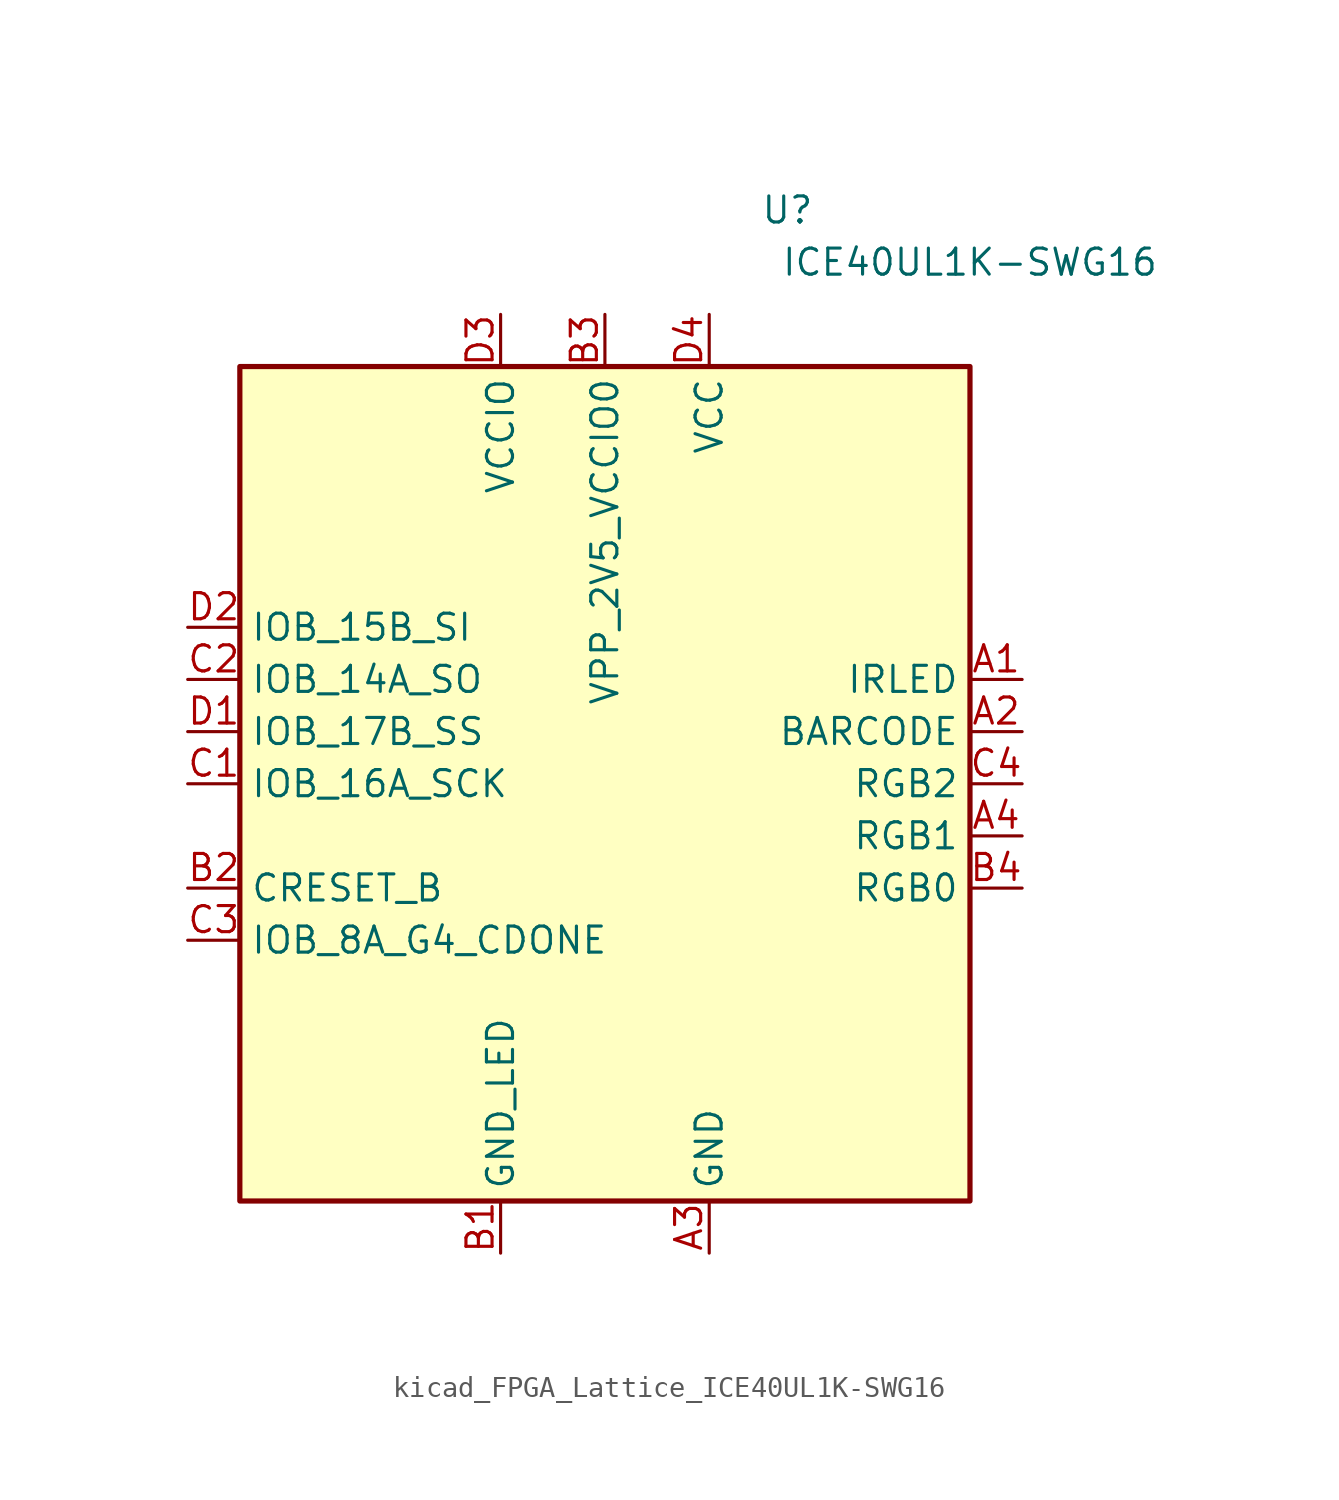
<source format=kicad_sym>
(kicad_symbol_lib
  (version 20220914)
  (generator kicad_symbol_editor)
  (symbol "kicad_FPGA_Lattice_ICE40UL1K-SWG16"
    (property "Reference" "U"
      (at 8.89 27.94 0)
      (effects (font (size 1.27 1.27))))
    (property "Value" "ICE40UL1K-SWG16"
      (at 17.78 25.4 0)
      (effects (font (size 1.27 1.27))))
    (symbol "kicad_FPGA_Lattice_ICE40UL1K-SWG16_0_1"
      (rectangle (start -17.78 20.32) (end 17.78 -20.32) (stroke (width 0.254) (type default)) (fill (type background))))
    (symbol "kicad_FPGA_Lattice_ICE40UL1K-SWG16_1_1"
      (pin bidirectional line (at 20.32 5.08 180) (length 2.54) (name "IRLED" (effects (font (size 1.27 1.27)))) (number "A1" (effects (font (size 1.27 1.27)))))
      (pin bidirectional line (at 20.32 2.54 180) (length 2.54) (name "BARCODE" (effects (font (size 1.27 1.27)))) (number "A2" (effects (font (size 1.27 1.27)))))
      (pin power_in line (at 5.08 -22.86 90) (length 2.54) (name "GND" (effects (font (size 1.27 1.27)))) (number "A3" (effects (font (size 1.27 1.27)))))
      (pin bidirectional line (at 20.32 -2.54 180) (length 2.54) (name "RGB1" (effects (font (size 1.27 1.27)))) (number "A4" (effects (font (size 1.27 1.27)))))
      (pin power_in line (at -5.08 -22.86 90) (length 2.54) (name "GND_LED" (effects (font (size 1.27 1.27)))) (number "B1" (effects (font (size 1.27 1.27)))))
      (pin input line (at -20.32 -5.08 0) (length 2.54) (name "CRESET_B" (effects (font (size 1.27 1.27)))) (number "B2" (effects (font (size 1.27 1.27)))))
      (pin power_in line (at 0 22.86 270) (length 2.54) (name "VPP_2V5_VCCIO0" (effects (font (size 1.27 1.27)))) (number "B3" (effects (font (size 1.27 1.27)))))
      (pin bidirectional line (at 20.32 -5.08 180) (length 2.54) (name "RGB0" (effects (font (size 1.27 1.27)))) (number "B4" (effects (font (size 1.27 1.27)))))
      (pin bidirectional line (at -20.32 0 0) (length 2.54) (name "IOB_16A_SCK" (effects (font (size 1.27 1.27)))) (number "C1" (effects (font (size 1.27 1.27)))))
      (pin bidirectional line (at -20.32 5.08 0) (length 2.54) (name "IOB_14A_SO" (effects (font (size 1.27 1.27)))) (number "C2" (effects (font (size 1.27 1.27)))))
      (pin bidirectional line (at -20.32 -7.62 0) (length 2.54) (name "IOB_8A_G4_CDONE" (effects (font (size 1.27 1.27)))) (number "C3" (effects (font (size 1.27 1.27)))))
      (pin bidirectional line (at 20.32 0 180) (length 2.54) (name "RGB2" (effects (font (size 1.27 1.27)))) (number "C4" (effects (font (size 1.27 1.27)))))
      (pin bidirectional line (at -20.32 2.54 0) (length 2.54) (name "IOB_17B_SS" (effects (font (size 1.27 1.27)))) (number "D1" (effects (font (size 1.27 1.27)))))
      (pin bidirectional line (at -20.32 7.62 0) (length 2.54) (name "IOB_15B_SI" (effects (font (size 1.27 1.27)))) (number "D2" (effects (font (size 1.27 1.27)))))
      (pin power_in line (at -5.08 22.86 270) (length 2.54) (name "VCCIO" (effects (font (size 1.27 1.27)))) (number "D3" (effects (font (size 1.27 1.27)))))
      (pin power_in line (at 5.08 22.86 270) (length 2.54) (name "VCC" (effects (font (size 1.27 1.27)))) (number "D4" (effects (font (size 1.27 1.27))))))))
</source>
